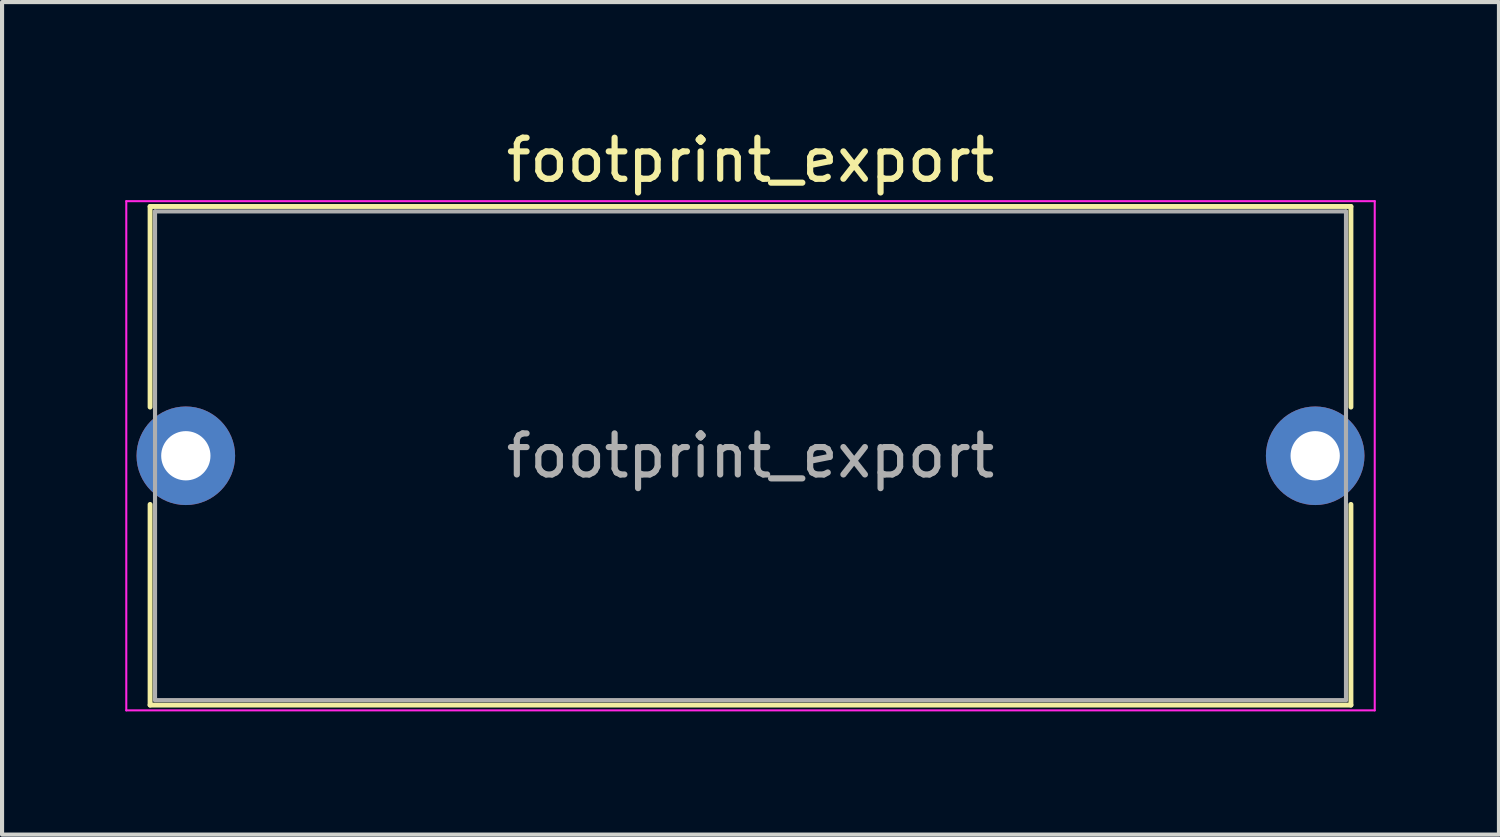
<source format=kicad_pcb>
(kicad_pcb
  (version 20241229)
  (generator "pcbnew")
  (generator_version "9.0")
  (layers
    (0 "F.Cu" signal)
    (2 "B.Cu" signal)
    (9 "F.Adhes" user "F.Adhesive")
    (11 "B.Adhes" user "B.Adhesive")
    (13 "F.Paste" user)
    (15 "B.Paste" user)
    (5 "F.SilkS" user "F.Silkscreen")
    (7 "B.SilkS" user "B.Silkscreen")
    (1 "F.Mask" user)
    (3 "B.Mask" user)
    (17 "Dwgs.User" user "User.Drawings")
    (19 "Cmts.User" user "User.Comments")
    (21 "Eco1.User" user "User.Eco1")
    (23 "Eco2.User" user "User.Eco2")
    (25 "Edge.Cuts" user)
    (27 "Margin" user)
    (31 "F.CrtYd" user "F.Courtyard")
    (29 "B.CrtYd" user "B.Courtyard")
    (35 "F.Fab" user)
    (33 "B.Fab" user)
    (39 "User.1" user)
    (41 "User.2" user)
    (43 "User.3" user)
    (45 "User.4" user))
  (footprint "footprint_export"
    (layer "F.Cu")
    (at 1.475 8.048)
    (property "Reference" "footprint_export" (at 13.75 -7.2 0) (layer "F.SilkS") (effects (font (size 1 1) (thickness 0.15))))
    (attr through_hole)
    (fp_line (start -0.87 -6.07) (end -0.87 -1.185) (stroke (width 0.12) (type solid)) (layer "F.SilkS"))
    (fp_line (start -0.87 -6.07) (end 28.37 -6.07) (stroke (width 0.12) (type solid)) (layer "F.SilkS"))
    (fp_line (start -0.87 1.185) (end -0.87 6.07) (stroke (width 0.12) (type solid)) (layer "F.SilkS"))
    (fp_line (start -0.87 6.07) (end 28.37 6.07) (stroke (width 0.12) (type solid)) (layer "F.SilkS"))
    (fp_line (start 28.37 -6.07) (end 28.37 -1.185) (stroke (width 0.12) (type solid)) (layer "F.SilkS"))
    (fp_line (start 28.37 1.185) (end 28.37 6.07) (stroke (width 0.12) (type solid)) (layer "F.SilkS"))
    (fp_line (start -1.45 -6.2) (end -1.45 6.2) (stroke (width 0.05) (type solid)) (layer "F.CrtYd"))
    (fp_line (start -1.45 6.2) (end 28.95 6.2) (stroke (width 0.05) (type solid)) (layer "F.CrtYd"))
    (fp_line (start 28.95 -6.2) (end -1.45 -6.2) (stroke (width 0.05) (type solid)) (layer "F.CrtYd"))
    (fp_line (start 28.95 6.2) (end 28.95 -6.2) (stroke (width 0.05) (type solid)) (layer "F.CrtYd"))
    (fp_line (start -0.75 -5.95) (end -0.75 5.95) (stroke (width 0.1) (type solid)) (layer "F.Fab"))
    (fp_line (start -0.75 5.95) (end 28.25 5.95) (stroke (width 0.1) (type solid)) (layer "F.Fab"))
    (fp_line (start 28.25 -5.95) (end -0.75 -5.95) (stroke (width 0.1) (type solid)) (layer "F.Fab"))
    (fp_line (start 28.25 5.95) (end 28.25 -5.95) (stroke (width 0.1) (type solid)) (layer "F.Fab"))
    (fp_text user "${REFERENCE}" (at 13.75 0 0) (layer "F.Fab") (effects (font (size 1 1) (thickness 0.15))))
    (pad "1" thru_hole circle (at 0 0) (size 2.4 2.4) (drill 1.2) (layers "*.Cu" "*.Mask"))
    (pad "2" thru_hole circle (at 27.5 0) (size 2.4 2.4) (drill 1.2) (layers "*.Cu" "*.Mask")))
  (gr_rect
    (start -3 -3)
    (end 33.45 17.273)
    (stroke (width 0.1) (type default))
    (fill no)
    (layer "Edge.Cuts")))
</source>
